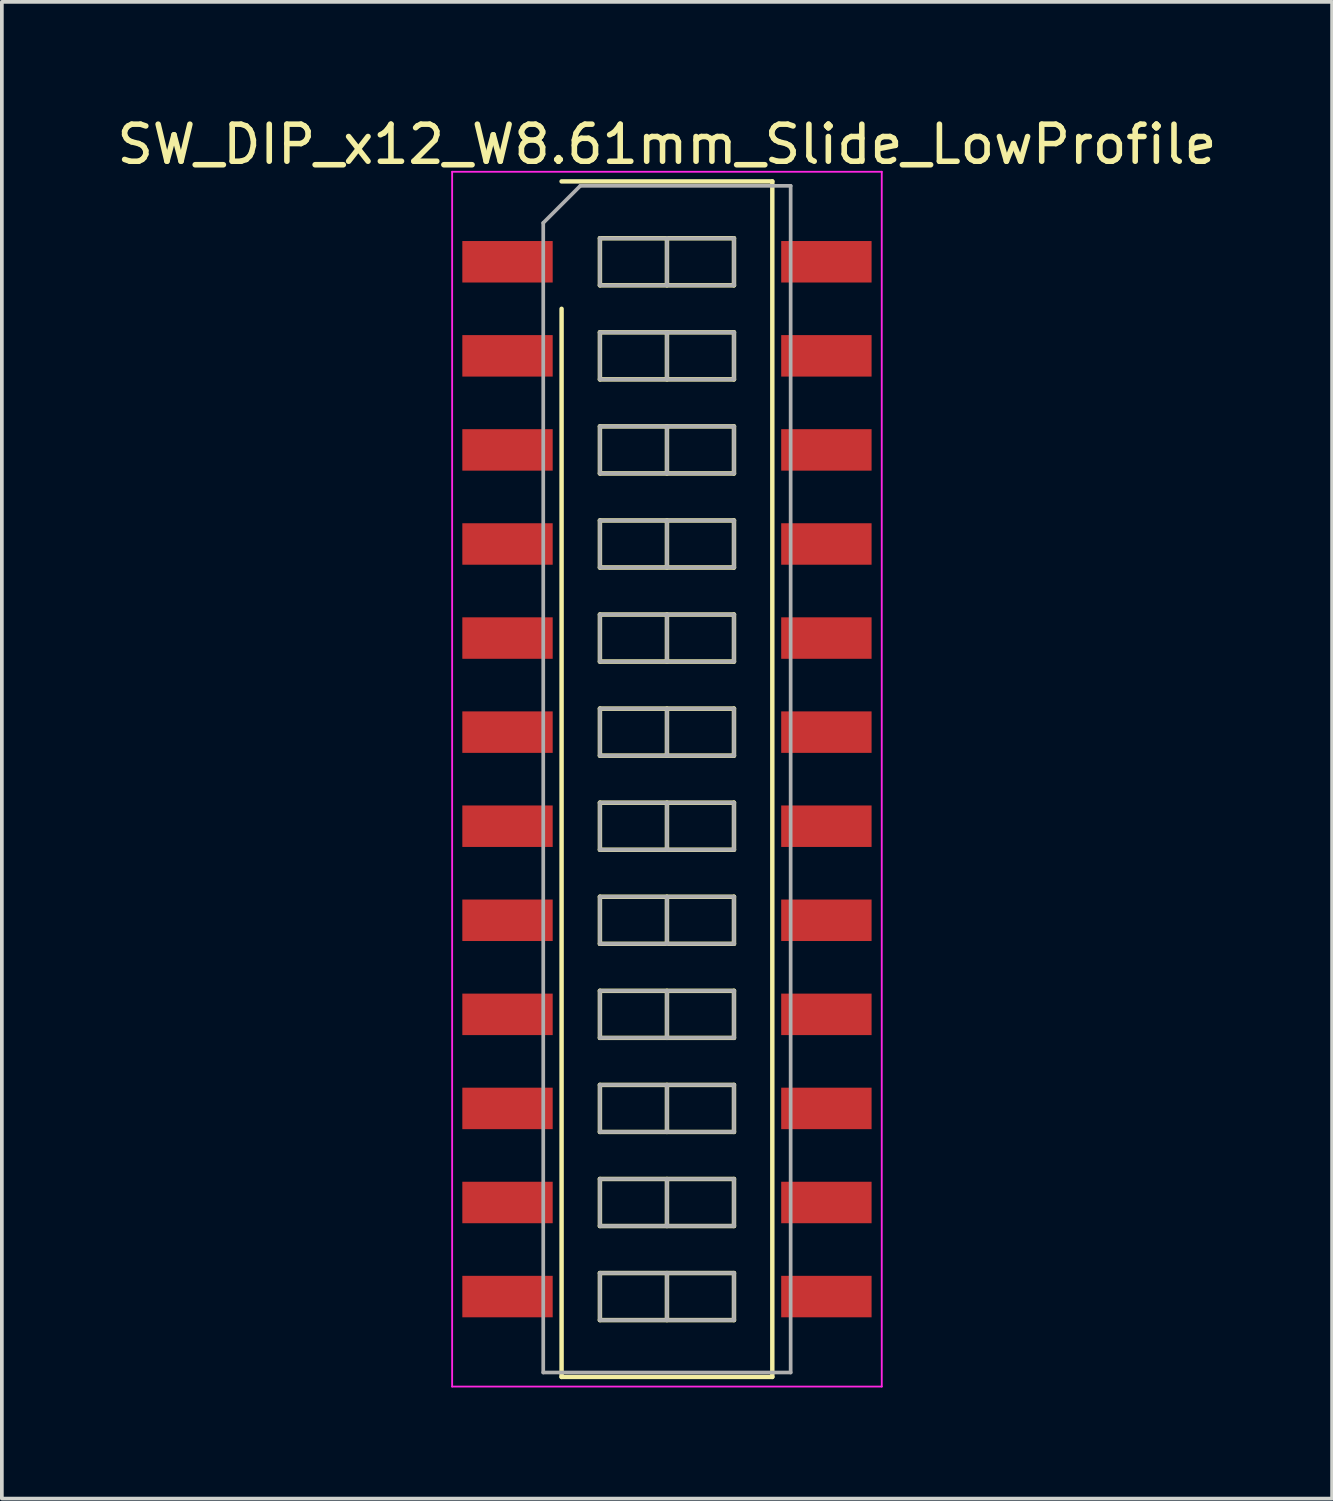
<source format=kicad_pcb>
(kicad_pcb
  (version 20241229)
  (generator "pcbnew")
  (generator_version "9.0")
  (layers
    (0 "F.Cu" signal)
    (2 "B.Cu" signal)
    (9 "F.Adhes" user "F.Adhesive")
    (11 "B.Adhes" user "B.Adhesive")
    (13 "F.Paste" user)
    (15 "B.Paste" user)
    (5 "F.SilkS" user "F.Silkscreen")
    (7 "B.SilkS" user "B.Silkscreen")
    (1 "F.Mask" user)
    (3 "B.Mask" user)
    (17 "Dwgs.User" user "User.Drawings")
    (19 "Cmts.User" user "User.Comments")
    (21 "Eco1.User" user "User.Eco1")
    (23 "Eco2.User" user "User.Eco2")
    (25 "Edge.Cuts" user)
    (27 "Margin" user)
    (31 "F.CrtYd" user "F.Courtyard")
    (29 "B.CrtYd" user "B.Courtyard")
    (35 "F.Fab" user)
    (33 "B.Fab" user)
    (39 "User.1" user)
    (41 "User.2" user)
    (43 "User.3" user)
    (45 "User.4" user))
  (footprint "SW_DIP_x12_W8.61mm_Slide_LowProfile"
    (layer "F.Cu")
    (at 14.958 17.988)
    (property "Reference" "SW_DIP_x12_W8.61mm_Slide_LowProfile" (at 0 -17.14 0) (layer "F.SilkS") (effects (font (size 1 1) (thickness 0.15))))
    (attr smd)
    (fp_line (start -2.845 -16.14) (end 2.845 -16.14) (stroke (width 0.12) (type solid)) (layer "F.SilkS"))
    (fp_line (start -2.845 16.14) (end -2.845 -12.7) (stroke (width 0.12) (type solid)) (layer "F.SilkS"))
    (fp_line (start -1.81 -14.605) (end -1.81 -13.335) (stroke (width 0.12) (type solid)) (layer "F.SilkS"))
    (fp_line (start -1.81 -13.335) (end 1.81 -13.335) (stroke (width 0.12) (type solid)) (layer "F.SilkS"))
    (fp_line (start -1.81 -12.065) (end -1.81 -10.795) (stroke (width 0.12) (type solid)) (layer "F.SilkS"))
    (fp_line (start -1.81 -10.795) (end 1.81 -10.795) (stroke (width 0.12) (type solid)) (layer "F.SilkS"))
    (fp_line (start -1.81 -9.525) (end -1.81 -8.255) (stroke (width 0.12) (type solid)) (layer "F.SilkS"))
    (fp_line (start -1.81 -8.255) (end 1.81 -8.255) (stroke (width 0.12) (type solid)) (layer "F.SilkS"))
    (fp_line (start -1.81 -6.985) (end -1.81 -5.715) (stroke (width 0.12) (type solid)) (layer "F.SilkS"))
    (fp_line (start -1.81 -5.715) (end 1.81 -5.715) (stroke (width 0.12) (type solid)) (layer "F.SilkS"))
    (fp_line (start -1.81 -4.445) (end -1.81 -3.175) (stroke (width 0.12) (type solid)) (layer "F.SilkS"))
    (fp_line (start -1.81 -3.175) (end 1.81 -3.175) (stroke (width 0.12) (type solid)) (layer "F.SilkS"))
    (fp_line (start -1.81 -1.905) (end -1.81 -0.635) (stroke (width 0.12) (type solid)) (layer "F.SilkS"))
    (fp_line (start -1.81 -0.635) (end 1.81 -0.635) (stroke (width 0.12) (type solid)) (layer "F.SilkS"))
    (fp_line (start -1.81 0.635) (end -1.81 1.905) (stroke (width 0.12) (type solid)) (layer "F.SilkS"))
    (fp_line (start -1.81 1.905) (end 1.81 1.905) (stroke (width 0.12) (type solid)) (layer "F.SilkS"))
    (fp_line (start -1.81 3.175) (end -1.81 4.445) (stroke (width 0.12) (type solid)) (layer "F.SilkS"))
    (fp_line (start -1.81 4.445) (end 1.81 4.445) (stroke (width 0.12) (type solid)) (layer "F.SilkS"))
    (fp_line (start -1.81 5.715) (end -1.81 6.985) (stroke (width 0.12) (type solid)) (layer "F.SilkS"))
    (fp_line (start -1.81 6.985) (end 1.81 6.985) (stroke (width 0.12) (type solid)) (layer "F.SilkS"))
    (fp_line (start -1.81 8.255) (end -1.81 9.525) (stroke (width 0.12) (type solid)) (layer "F.SilkS"))
    (fp_line (start -1.81 9.525) (end 1.81 9.525) (stroke (width 0.12) (type solid)) (layer "F.SilkS"))
    (fp_line (start -1.81 10.795) (end -1.81 12.065) (stroke (width 0.12) (type solid)) (layer "F.SilkS"))
    (fp_line (start -1.81 12.065) (end 1.81 12.065) (stroke (width 0.12) (type solid)) (layer "F.SilkS"))
    (fp_line (start -1.81 13.335) (end -1.81 14.605) (stroke (width 0.12) (type solid)) (layer "F.SilkS"))
    (fp_line (start -1.81 14.605) (end 1.81 14.605) (stroke (width 0.12) (type solid)) (layer "F.SilkS"))
    (fp_line (start 0 -14.605) (end 0 -13.335) (stroke (width 0.12) (type solid)) (layer "F.SilkS"))
    (fp_line (start 0 -12.065) (end 0 -10.795) (stroke (width 0.12) (type solid)) (layer "F.SilkS"))
    (fp_line (start 0 -9.525) (end 0 -8.255) (stroke (width 0.12) (type solid)) (layer "F.SilkS"))
    (fp_line (start 0 -6.985) (end 0 -5.715) (stroke (width 0.12) (type solid)) (layer "F.SilkS"))
    (fp_line (start 0 -4.445) (end 0 -3.175) (stroke (width 0.12) (type solid)) (layer "F.SilkS"))
    (fp_line (start 0 -1.905) (end 0 -0.635) (stroke (width 0.12) (type solid)) (layer "F.SilkS"))
    (fp_line (start 0 0.635) (end 0 1.905) (stroke (width 0.12) (type solid)) (layer "F.SilkS"))
    (fp_line (start 0 3.175) (end 0 4.445) (stroke (width 0.12) (type solid)) (layer "F.SilkS"))
    (fp_line (start 0 5.715) (end 0 6.985) (stroke (width 0.12) (type solid)) (layer "F.SilkS"))
    (fp_line (start 0 8.255) (end 0 9.525) (stroke (width 0.12) (type solid)) (layer "F.SilkS"))
    (fp_line (start 0 10.795) (end 0 12.065) (stroke (width 0.12) (type solid)) (layer "F.SilkS"))
    (fp_line (start 0 13.335) (end 0 14.605) (stroke (width 0.12) (type solid)) (layer "F.SilkS"))
    (fp_line (start 1.81 -14.605) (end -1.81 -14.605) (stroke (width 0.12) (type solid)) (layer "F.SilkS"))
    (fp_line (start 1.81 -13.335) (end 1.81 -14.605) (stroke (width 0.12) (type solid)) (layer "F.SilkS"))
    (fp_line (start 1.81 -12.065) (end -1.81 -12.065) (stroke (width 0.12) (type solid)) (layer "F.SilkS"))
    (fp_line (start 1.81 -10.795) (end 1.81 -12.065) (stroke (width 0.12) (type solid)) (layer "F.SilkS"))
    (fp_line (start 1.81 -9.525) (end -1.81 -9.525) (stroke (width 0.12) (type solid)) (layer "F.SilkS"))
    (fp_line (start 1.81 -8.255) (end 1.81 -9.525) (stroke (width 0.12) (type solid)) (layer "F.SilkS"))
    (fp_line (start 1.81 -6.985) (end -1.81 -6.985) (stroke (width 0.12) (type solid)) (layer "F.SilkS"))
    (fp_line (start 1.81 -5.715) (end 1.81 -6.985) (stroke (width 0.12) (type solid)) (layer "F.SilkS"))
    (fp_line (start 1.81 -4.445) (end -1.81 -4.445) (stroke (width 0.12) (type solid)) (layer "F.SilkS"))
    (fp_line (start 1.81 -3.175) (end 1.81 -4.445) (stroke (width 0.12) (type solid)) (layer "F.SilkS"))
    (fp_line (start 1.81 -1.905) (end -1.81 -1.905) (stroke (width 0.12) (type solid)) (layer "F.SilkS"))
    (fp_line (start 1.81 -0.635) (end 1.81 -1.905) (stroke (width 0.12) (type solid)) (layer "F.SilkS"))
    (fp_line (start 1.81 0.635) (end -1.81 0.635) (stroke (width 0.12) (type solid)) (layer "F.SilkS"))
    (fp_line (start 1.81 1.905) (end 1.81 0.635) (stroke (width 0.12) (type solid)) (layer "F.SilkS"))
    (fp_line (start 1.81 3.175) (end -1.81 3.175) (stroke (width 0.12) (type solid)) (layer "F.SilkS"))
    (fp_line (start 1.81 4.445) (end 1.81 3.175) (stroke (width 0.12) (type solid)) (layer "F.SilkS"))
    (fp_line (start 1.81 5.715) (end -1.81 5.715) (stroke (width 0.12) (type solid)) (layer "F.SilkS"))
    (fp_line (start 1.81 6.985) (end 1.81 5.715) (stroke (width 0.12) (type solid)) (layer "F.SilkS"))
    (fp_line (start 1.81 8.255) (end -1.81 8.255) (stroke (width 0.12) (type solid)) (layer "F.SilkS"))
    (fp_line (start 1.81 9.525) (end 1.81 8.255) (stroke (width 0.12) (type solid)) (layer "F.SilkS"))
    (fp_line (start 1.81 10.795) (end -1.81 10.795) (stroke (width 0.12) (type solid)) (layer "F.SilkS"))
    (fp_line (start 1.81 12.065) (end 1.81 10.795) (stroke (width 0.12) (type solid)) (layer "F.SilkS"))
    (fp_line (start 1.81 13.335) (end -1.81 13.335) (stroke (width 0.12) (type solid)) (layer "F.SilkS"))
    (fp_line (start 1.81 14.605) (end 1.81 13.335) (stroke (width 0.12) (type solid)) (layer "F.SilkS"))
    (fp_line (start 2.845 -16.14) (end 2.845 16.14) (stroke (width 0.12) (type solid)) (layer "F.SilkS"))
    (fp_line (start 2.845 16.14) (end -2.845 16.14) (stroke (width 0.12) (type solid)) (layer "F.SilkS"))
    (fp_line (start -5.8 -16.4) (end -5.8 16.4) (stroke (width 0.05) (type solid)) (layer "F.CrtYd"))
    (fp_line (start -5.8 16.4) (end 5.8 16.4) (stroke (width 0.05) (type solid)) (layer "F.CrtYd"))
    (fp_line (start 5.8 -16.4) (end -5.8 -16.4) (stroke (width 0.05) (type solid)) (layer "F.CrtYd"))
    (fp_line (start 5.8 16.4) (end 5.8 -16.4) (stroke (width 0.05) (type solid)) (layer "F.CrtYd"))
    (fp_line (start -3.34 -15.02) (end -2.34 -16.02) (stroke (width 0.1) (type solid)) (layer "F.Fab"))
    (fp_line (start -3.34 16.02) (end -3.34 -15.02) (stroke (width 0.1) (type solid)) (layer "F.Fab"))
    (fp_line (start -2.34 -16.02) (end 3.34 -16.02) (stroke (width 0.1) (type solid)) (layer "F.Fab"))
    (fp_line (start -1.81 -14.605) (end -1.81 -13.335) (stroke (width 0.1) (type solid)) (layer "F.Fab"))
    (fp_line (start -1.81 -13.335) (end 1.81 -13.335) (stroke (width 0.1) (type solid)) (layer "F.Fab"))
    (fp_line (start -1.81 -12.065) (end -1.81 -10.795) (stroke (width 0.1) (type solid)) (layer "F.Fab"))
    (fp_line (start -1.81 -10.795) (end 1.81 -10.795) (stroke (width 0.1) (type solid)) (layer "F.Fab"))
    (fp_line (start -1.81 -9.525) (end -1.81 -8.255) (stroke (width 0.1) (type solid)) (layer "F.Fab"))
    (fp_line (start -1.81 -8.255) (end 1.81 -8.255) (stroke (width 0.1) (type solid)) (layer "F.Fab"))
    (fp_line (start -1.81 -6.985) (end -1.81 -5.715) (stroke (width 0.1) (type solid)) (layer "F.Fab"))
    (fp_line (start -1.81 -5.715) (end 1.81 -5.715) (stroke (width 0.1) (type solid)) (layer "F.Fab"))
    (fp_line (start -1.81 -4.445) (end -1.81 -3.175) (stroke (width 0.1) (type solid)) (layer "F.Fab"))
    (fp_line (start -1.81 -3.175) (end 1.81 -3.175) (stroke (width 0.1) (type solid)) (layer "F.Fab"))
    (fp_line (start -1.81 -1.905) (end -1.81 -0.635) (stroke (width 0.1) (type solid)) (layer "F.Fab"))
    (fp_line (start -1.81 -0.635) (end 1.81 -0.635) (stroke (width 0.1) (type solid)) (layer "F.Fab"))
    (fp_line (start -1.81 0.635) (end -1.81 1.905) (stroke (width 0.1) (type solid)) (layer "F.Fab"))
    (fp_line (start -1.81 1.905) (end 1.81 1.905) (stroke (width 0.1) (type solid)) (layer "F.Fab"))
    (fp_line (start -1.81 3.175) (end -1.81 4.445) (stroke (width 0.1) (type solid)) (layer "F.Fab"))
    (fp_line (start -1.81 4.445) (end 1.81 4.445) (stroke (width 0.1) (type solid)) (layer "F.Fab"))
    (fp_line (start -1.81 5.715) (end -1.81 6.985) (stroke (width 0.1) (type solid)) (layer "F.Fab"))
    (fp_line (start -1.81 6.985) (end 1.81 6.985) (stroke (width 0.1) (type solid)) (layer "F.Fab"))
    (fp_line (start -1.81 8.255) (end -1.81 9.525) (stroke (width 0.1) (type solid)) (layer "F.Fab"))
    (fp_line (start -1.81 9.525) (end 1.81 9.525) (stroke (width 0.1) (type solid)) (layer "F.Fab"))
    (fp_line (start -1.81 10.795) (end -1.81 12.065) (stroke (width 0.1) (type solid)) (layer "F.Fab"))
    (fp_line (start -1.81 12.065) (end 1.81 12.065) (stroke (width 0.1) (type solid)) (layer "F.Fab"))
    (fp_line (start -1.81 13.335) (end -1.81 14.605) (stroke (width 0.1) (type solid)) (layer "F.Fab"))
    (fp_line (start -1.81 14.605) (end 1.81 14.605) (stroke (width 0.1) (type solid)) (layer "F.Fab"))
    (fp_line (start 0 -14.605) (end 0 -13.335) (stroke (width 0.1) (type solid)) (layer "F.Fab"))
    (fp_line (start 0 -12.065) (end 0 -10.795) (stroke (width 0.1) (type solid)) (layer "F.Fab"))
    (fp_line (start 0 -9.525) (end 0 -8.255) (stroke (width 0.1) (type solid)) (layer "F.Fab"))
    (fp_line (start 0 -6.985) (end 0 -5.715) (stroke (width 0.1) (type solid)) (layer "F.Fab"))
    (fp_line (start 0 -4.445) (end 0 -3.175) (stroke (width 0.1) (type solid)) (layer "F.Fab"))
    (fp_line (start 0 -1.905) (end 0 -0.635) (stroke (width 0.1) (type solid)) (layer "F.Fab"))
    (fp_line (start 0 0.635) (end 0 1.905) (stroke (width 0.1) (type solid)) (layer "F.Fab"))
    (fp_line (start 0 3.175) (end 0 4.445) (stroke (width 0.1) (type solid)) (layer "F.Fab"))
    (fp_line (start 0 5.715) (end 0 6.985) (stroke (width 0.1) (type solid)) (layer "F.Fab"))
    (fp_line (start 0 8.255) (end 0 9.525) (stroke (width 0.1) (type solid)) (layer "F.Fab"))
    (fp_line (start 0 10.795) (end 0 12.065) (stroke (width 0.1) (type solid)) (layer "F.Fab"))
    (fp_line (start 0 13.335) (end 0 14.605) (stroke (width 0.1) (type solid)) (layer "F.Fab"))
    (fp_line (start 1.81 -14.605) (end -1.81 -14.605) (stroke (width 0.1) (type solid)) (layer "F.Fab"))
    (fp_line (start 1.81 -13.335) (end 1.81 -14.605) (stroke (width 0.1) (type solid)) (layer "F.Fab"))
    (fp_line (start 1.81 -12.065) (end -1.81 -12.065) (stroke (width 0.1) (type solid)) (layer "F.Fab"))
    (fp_line (start 1.81 -10.795) (end 1.81 -12.065) (stroke (width 0.1) (type solid)) (layer "F.Fab"))
    (fp_line (start 1.81 -9.525) (end -1.81 -9.525) (stroke (width 0.1) (type solid)) (layer "F.Fab"))
    (fp_line (start 1.81 -8.255) (end 1.81 -9.525) (stroke (width 0.1) (type solid)) (layer "F.Fab"))
    (fp_line (start 1.81 -6.985) (end -1.81 -6.985) (stroke (width 0.1) (type solid)) (layer "F.Fab"))
    (fp_line (start 1.81 -5.715) (end 1.81 -6.985) (stroke (width 0.1) (type solid)) (layer "F.Fab"))
    (fp_line (start 1.81 -4.445) (end -1.81 -4.445) (stroke (width 0.1) (type solid)) (layer "F.Fab"))
    (fp_line (start 1.81 -3.175) (end 1.81 -4.445) (stroke (width 0.1) (type solid)) (layer "F.Fab"))
    (fp_line (start 1.81 -1.905) (end -1.81 -1.905) (stroke (width 0.1) (type solid)) (layer "F.Fab"))
    (fp_line (start 1.81 -0.635) (end 1.81 -1.905) (stroke (width 0.1) (type solid)) (layer "F.Fab"))
    (fp_line (start 1.81 0.635) (end -1.81 0.635) (stroke (width 0.1) (type solid)) (layer "F.Fab"))
    (fp_line (start 1.81 1.905) (end 1.81 0.635) (stroke (width 0.1) (type solid)) (layer "F.Fab"))
    (fp_line (start 1.81 3.175) (end -1.81 3.175) (stroke (width 0.1) (type solid)) (layer "F.Fab"))
    (fp_line (start 1.81 4.445) (end 1.81 3.175) (stroke (width 0.1) (type solid)) (layer "F.Fab"))
    (fp_line (start 1.81 5.715) (end -1.81 5.715) (stroke (width 0.1) (type solid)) (layer "F.Fab"))
    (fp_line (start 1.81 6.985) (end 1.81 5.715) (stroke (width 0.1) (type solid)) (layer "F.Fab"))
    (fp_line (start 1.81 8.255) (end -1.81 8.255) (stroke (width 0.1) (type solid)) (layer "F.Fab"))
    (fp_line (start 1.81 9.525) (end 1.81 8.255) (stroke (width 0.1) (type solid)) (layer "F.Fab"))
    (fp_line (start 1.81 10.795) (end -1.81 10.795) (stroke (width 0.1) (type solid)) (layer "F.Fab"))
    (fp_line (start 1.81 12.065) (end 1.81 10.795) (stroke (width 0.1) (type solid)) (layer "F.Fab"))
    (fp_line (start 1.81 13.335) (end -1.81 13.335) (stroke (width 0.1) (type solid)) (layer "F.Fab"))
    (fp_line (start 1.81 14.605) (end 1.81 13.335) (stroke (width 0.1) (type solid)) (layer "F.Fab"))
    (fp_line (start 3.34 -16.02) (end 3.34 16.02) (stroke (width 0.1) (type solid)) (layer "F.Fab"))
    (fp_line (start 3.34 16.02) (end -3.34 16.02) (stroke (width 0.1) (type solid)) (layer "F.Fab"))
    (pad "1" smd rect (at -4.305 -13.97) (size 2.44 1.12) (layers "F.Cu" "F.Mask"))
    (pad "2" smd rect (at -4.305 -11.43) (size 2.44 1.12) (layers "F.Cu" "F.Mask"))
    (pad "3" smd rect (at -4.305 -8.89) (size 2.44 1.12) (layers "F.Cu" "F.Mask"))
    (pad "4" smd rect (at -4.305 -6.35) (size 2.44 1.12) (layers "F.Cu" "F.Mask"))
    (pad "5" smd rect (at -4.305 -3.81) (size 2.44 1.12) (layers "F.Cu" "F.Mask"))
    (pad "6" smd rect (at -4.305 -1.27) (size 2.44 1.12) (layers "F.Cu" "F.Mask"))
    (pad "7" smd rect (at -4.305 1.27) (size 2.44 1.12) (layers "F.Cu" "F.Mask"))
    (pad "8" smd rect (at -4.305 3.81) (size 2.44 1.12) (layers "F.Cu" "F.Mask"))
    (pad "9" smd rect (at -4.305 6.35) (size 2.44 1.12) (layers "F.Cu" "F.Mask"))
    (pad "10" smd rect (at -4.305 8.89) (size 2.44 1.12) (layers "F.Cu" "F.Mask"))
    (pad "11" smd rect (at -4.305 11.43) (size 2.44 1.12) (layers "F.Cu" "F.Mask"))
    (pad "12" smd rect (at -4.305 13.97) (size 2.44 1.12) (layers "F.Cu" "F.Mask"))
    (pad "13" smd rect (at 4.305 13.97) (size 2.44 1.12) (layers "F.Cu" "F.Mask"))
    (pad "14" smd rect (at 4.305 11.43) (size 2.44 1.12) (layers "F.Cu" "F.Mask"))
    (pad "15" smd rect (at 4.305 8.89) (size 2.44 1.12) (layers "F.Cu" "F.Mask"))
    (pad "16" smd rect (at 4.305 6.35) (size 2.44 1.12) (layers "F.Cu" "F.Mask"))
    (pad "17" smd rect (at 4.305 3.81) (size 2.44 1.12) (layers "F.Cu" "F.Mask"))
    (pad "18" smd rect (at 4.305 1.27) (size 2.44 1.12) (layers "F.Cu" "F.Mask"))
    (pad "19" smd rect (at 4.305 -1.27) (size 2.44 1.12) (layers "F.Cu" "F.Mask"))
    (pad "20" smd rect (at 4.305 -3.81) (size 2.44 1.12) (layers "F.Cu" "F.Mask"))
    (pad "21" smd rect (at 4.305 -6.35) (size 2.44 1.12) (layers "F.Cu" "F.Mask"))
    (pad "22" smd rect (at 4.305 -8.89) (size 2.44 1.12) (layers "F.Cu" "F.Mask"))
    (pad "23" smd rect (at 4.305 -11.43) (size 2.44 1.12) (layers "F.Cu" "F.Mask"))
    (pad "24" smd rect (at 4.305 -13.97) (size 2.44 1.12) (layers "F.Cu" "F.Mask")))
  (gr_rect
    (start -3 -3)
    (end 32.917 37.413)
    (stroke (width 0.1) (type default))
    (fill no)
    (layer "Edge.Cuts")))
</source>
